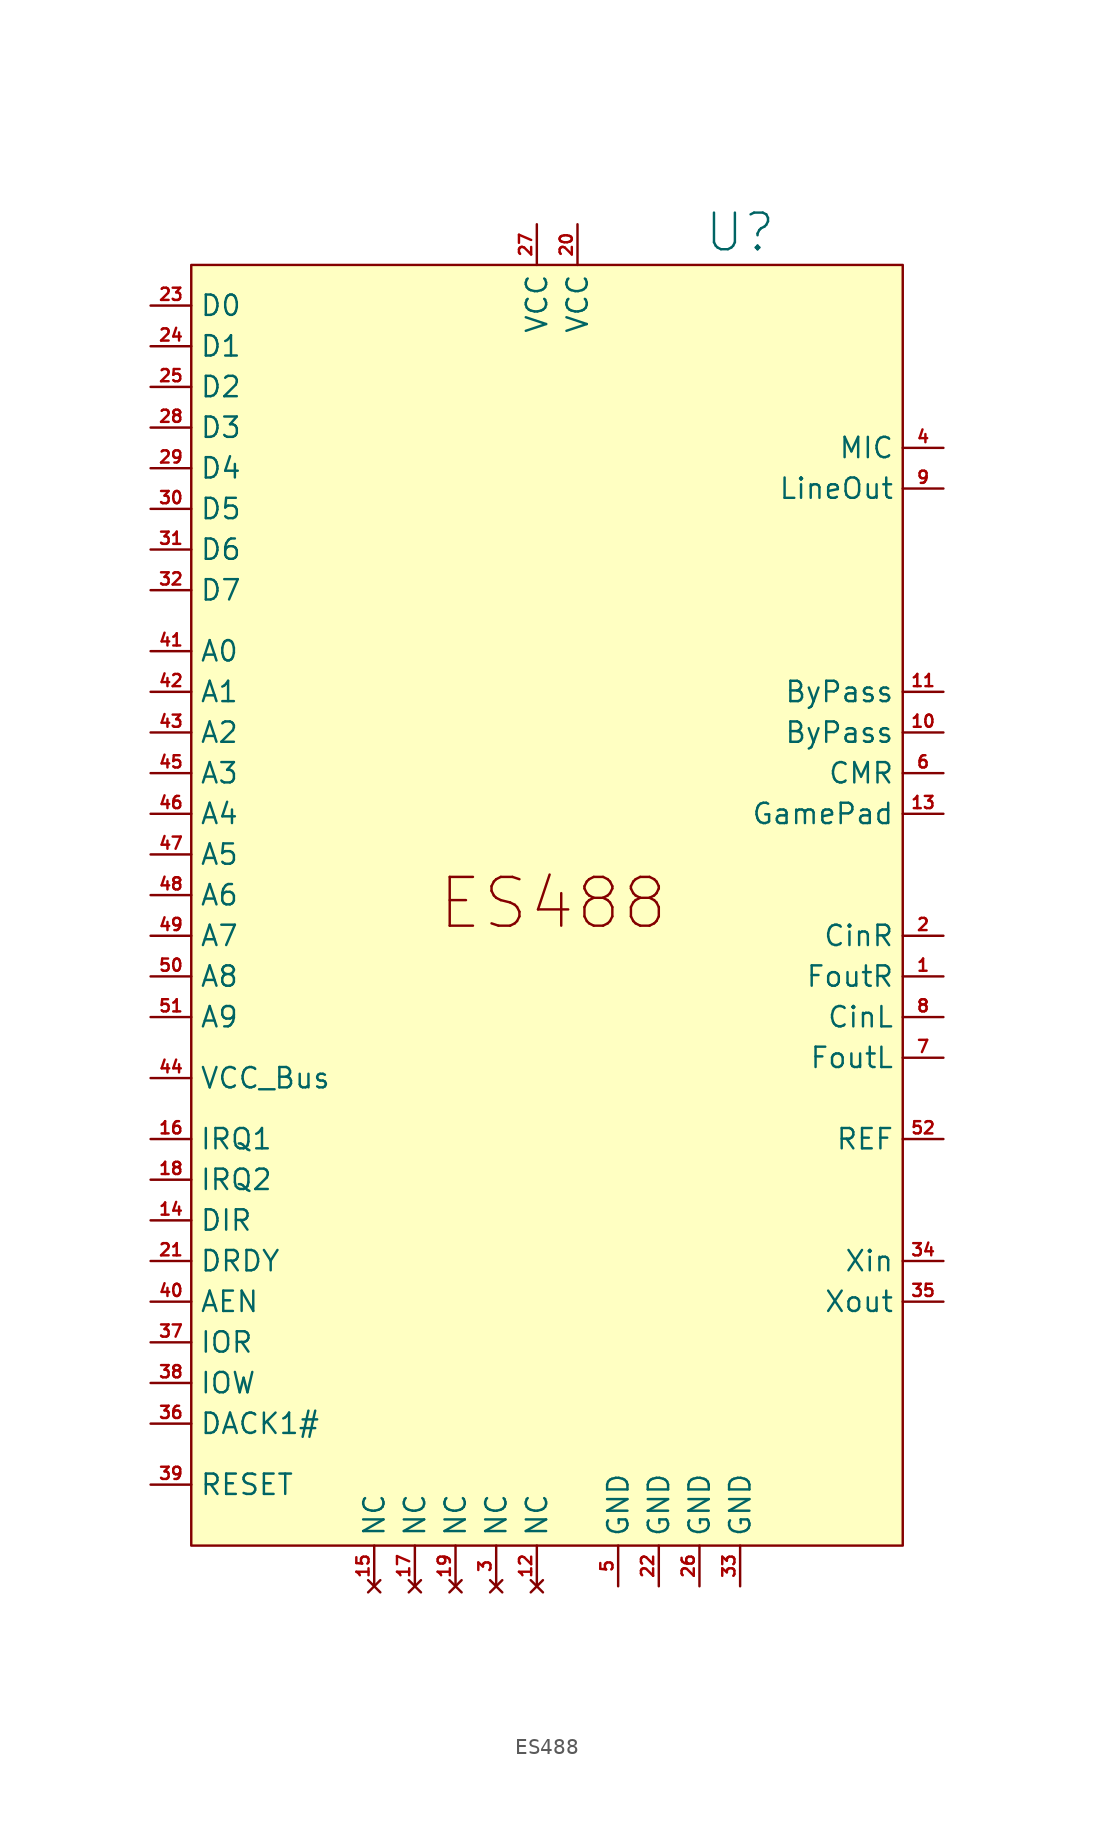
<source format=kicad_sym>
(kicad_symbol_lib
  (version 20241209)
  (generator "kicad_symbol_editor")
  (generator_version "9.0")
  (symbol "ES488"
    (property "Reference" "U"
      (at 11.43 41.402 0)
      (effects (font (size 2.286 2.286))))
    (property "Value" ""
      (at 0 0 0)
      (effects (font (size 1.27 1.27))))
    (symbol "ES488_1_1"
      (rectangle (start -22.86 39.37) (end 21.59 -40.64) (stroke (width 0) (type solid)) (fill (type color) (color 255 255 194 1)))
      (text "ES488" (at -0.254 -0.508 0) (effects (font (size 3.048 3.048))))
      (pin bidirectional line (at -25.4 36.83 0) (length 2.54) (name "D0" (effects (font (size 1.27 1.27)))) (number "23" (effects (font (size 0.762 0.762)))))
      (pin bidirectional line (at -25.4 34.29 0) (length 2.54) (name "D1" (effects (font (size 1.27 1.27)))) (number "24" (effects (font (size 0.762 0.762)))))
      (pin bidirectional line (at -25.4 31.75 0) (length 2.54) (name "D2" (effects (font (size 1.27 1.27)))) (number "25" (effects (font (size 0.762 0.762)))))
      (pin bidirectional line (at -25.4 29.21 0) (length 2.54) (name "D3" (effects (font (size 1.27 1.27)))) (number "28" (effects (font (size 0.762 0.762)))))
      (pin bidirectional line (at -25.4 26.67 0) (length 2.54) (name "D4" (effects (font (size 1.27 1.27)))) (number "29" (effects (font (size 0.762 0.762)))))
      (pin bidirectional line (at -25.4 24.13 0) (length 2.54) (name "D5" (effects (font (size 1.27 1.27)))) (number "30" (effects (font (size 0.762 0.762)))))
      (pin bidirectional line (at -25.4 21.59 0) (length 2.54) (name "D6" (effects (font (size 1.27 1.27)))) (number "31" (effects (font (size 0.762 0.762)))))
      (pin bidirectional line (at -25.4 19.05 0) (length 2.54) (name "D7" (effects (font (size 1.27 1.27)))) (number "32" (effects (font (size 0.762 0.762)))))
      (pin input line (at -25.4 15.24 0) (length 2.54) (name "A0" (effects (font (size 1.27 1.27)))) (number "41" (effects (font (size 0.762 0.762)))))
      (pin input line (at -25.4 12.7 0) (length 2.54) (name "A1" (effects (font (size 1.27 1.27)))) (number "42" (effects (font (size 0.762 0.762)))))
      (pin input line (at -25.4 10.16 0) (length 2.54) (name "A2" (effects (font (size 1.27 1.27)))) (number "43" (effects (font (size 0.762 0.762)))))
      (pin input line (at -25.4 7.62 0) (length 2.54) (name "A3" (effects (font (size 1.27 1.27)))) (number "45" (effects (font (size 0.762 0.762)))))
      (pin input line (at -25.4 5.08 0) (length 2.54) (name "A4" (effects (font (size 1.27 1.27)))) (number "46" (effects (font (size 0.762 0.762)))))
      (pin input line (at -25.4 2.54 0) (length 2.54) (name "A5" (effects (font (size 1.27 1.27)))) (number "47" (effects (font (size 0.762 0.762)))))
      (pin input line (at -25.4 0 0) (length 2.54) (name "A6" (effects (font (size 1.27 1.27)))) (number "48" (effects (font (size 0.762 0.762)))))
      (pin input line (at -25.4 -2.54 0) (length 2.54) (name "A7" (effects (font (size 1.27 1.27)))) (number "49" (effects (font (size 0.762 0.762)))))
      (pin input line (at -25.4 -5.08 0) (length 2.54) (name "A8" (effects (font (size 1.27 1.27)))) (number "50" (effects (font (size 0.762 0.762)))))
      (pin input line (at -25.4 -7.62 0) (length 2.54) (name "A9" (effects (font (size 1.27 1.27)))) (number "51" (effects (font (size 0.762 0.762)))))
      (pin power_in line (at -25.4 -11.43 0) (length 2.54) (name "VCC_Bus" (effects (font (size 1.27 1.27)))) (number "44" (effects (font (size 0.762 0.762)))))
      (pin output line (at -25.4 -15.24 0) (length 2.54) (name "IRQ1" (effects (font (size 1.27 1.27)))) (number "16" (effects (font (size 0.762 0.762)))))
      (pin output line (at -25.4 -17.78 0) (length 2.54) (name "IRQ2" (effects (font (size 1.27 1.27)))) (number "18" (effects (font (size 0.762 0.762)))))
      (pin output line (at -25.4 -20.32 0) (length 2.54) (name "DIR" (effects (font (size 1.27 1.27)))) (number "14" (effects (font (size 0.762 0.762)))))
      (pin output line (at -25.4 -22.86 0) (length 2.54) (name "DRDY" (effects (font (size 1.27 1.27)))) (number "21" (effects (font (size 0.762 0.762)))))
      (pin input line (at -25.4 -25.4 0) (length 2.54) (name "AEN" (effects (font (size 1.27 1.27)))) (number "40" (effects (font (size 0.762 0.762)))))
      (pin input line (at -25.4 -27.94 0) (length 2.54) (name "IOR" (effects (font (size 1.27 1.27)))) (number "37" (effects (font (size 0.762 0.762)))))
      (pin input line (at -25.4 -30.48 0) (length 2.54) (name "IOW" (effects (font (size 1.27 1.27)))) (number "38" (effects (font (size 0.762 0.762)))))
      (pin output line (at -25.4 -33.02 0) (length 2.54) (name "DACK1#" (effects (font (size 1.27 1.27)))) (number "36" (effects (font (size 0.762 0.762)))))
      (pin input line (at -25.4 -36.83 0) (length 2.54) (name "RESET" (effects (font (size 1.27 1.27)))) (number "39" (effects (font (size 0.762 0.762)))))
      (pin no_connect line (at -11.43 -43.18 90) (length 2.54) (name "NC" (effects (font (size 1.27 1.27)))) (number "15" (effects (font (size 0.762 0.762)))))
      (pin no_connect line (at -8.89 -43.18 90) (length 2.54) (name "NC" (effects (font (size 1.27 1.27)))) (number "17" (effects (font (size 0.762 0.762)))))
      (pin no_connect line (at -6.35 -43.18 90) (length 2.54) (name "NC" (effects (font (size 1.27 1.27)))) (number "19" (effects (font (size 0.762 0.762)))))
      (pin no_connect line (at -3.81 -43.18 90) (length 2.54) (name "NC" (effects (font (size 1.27 1.27)))) (number "3" (effects (font (size 0.762 0.762)))))
      (pin power_in line (at -1.27 41.91 270) (length 2.54) (name "VCC" (effects (font (size 1.27 1.27)))) (number "27" (effects (font (size 0.762 0.762)))))
      (pin no_connect line (at -1.27 -43.18 90) (length 2.54) (name "NC" (effects (font (size 1.27 1.27)))) (number "12" (effects (font (size 0.762 0.762)))))
      (pin power_in line (at 1.27 41.91 270) (length 2.54) (name "VCC" (effects (font (size 1.27 1.27)))) (number "20" (effects (font (size 0.762 0.762)))))
      (pin power_in line (at 3.81 -43.18 90) (length 2.54) (name "GND" (effects (font (size 1.27 1.27)))) (number "5" (effects (font (size 0.762 0.762)))))
      (pin power_in line (at 6.35 -43.18 90) (length 2.54) (name "GND" (effects (font (size 1.27 1.27)))) (number "22" (effects (font (size 0.762 0.762)))))
      (pin power_in line (at 8.89 -43.18 90) (length 2.54) (name "GND" (effects (font (size 1.27 1.27)))) (number "26" (effects (font (size 0.762 0.762)))))
      (pin power_in line (at 11.43 -43.18 90) (length 2.54) (name "GND" (effects (font (size 1.27 1.27)))) (number "33" (effects (font (size 0.762 0.762)))))
      (pin input line (at 24.13 27.94 180) (length 2.54) (name "MIC" (effects (font (size 1.27 1.27)))) (number "4" (effects (font (size 0.762 0.762)))))
      (pin output line (at 24.13 25.4 180) (length 2.54) (name "LineOut" (effects (font (size 1.27 1.27)))) (number "9" (effects (font (size 0.762 0.762)))))
      (pin input line (at 24.13 12.7 180) (length 2.54) (name "ByPass" (effects (font (size 1.27 1.27)))) (number "11" (effects (font (size 0.762 0.762)))))
      (pin input line (at 24.13 10.16 180) (length 2.54) (name "ByPass" (effects (font (size 1.27 1.27)))) (number "10" (effects (font (size 0.762 0.762)))))
      (pin input line (at 24.13 7.62 180) (length 2.54) (name "CMR" (effects (font (size 1.27 1.27)))) (number "6" (effects (font (size 0.762 0.762)))))
      (pin input line (at 24.13 5.08 180) (length 2.54) (name "GamePad" (effects (font (size 1.27 1.27)))) (number "13" (effects (font (size 0.762 0.762)))))
      (pin input line (at 24.13 -2.54 180) (length 2.54) (name "CinR" (effects (font (size 1.27 1.27)))) (number "2" (effects (font (size 0.762 0.762)))))
      (pin output line (at 24.13 -5.08 180) (length 2.54) (name "FoutR" (effects (font (size 1.27 1.27)))) (number "1" (effects (font (size 0.762 0.762)))))
      (pin input line (at 24.13 -7.62 180) (length 2.54) (name "CinL" (effects (font (size 1.27 1.27)))) (number "8" (effects (font (size 0.762 0.762)))))
      (pin output line (at 24.13 -10.16 180) (length 2.54) (name "FoutL" (effects (font (size 1.27 1.27)))) (number "7" (effects (font (size 0.762 0.762)))))
      (pin input line (at 24.13 -15.24 180) (length 2.54) (name "REF" (effects (font (size 1.27 1.27)))) (number "52" (effects (font (size 0.762 0.762)))))
      (pin input line (at 24.13 -22.86 180) (length 2.54) (name "Xin" (effects (font (size 1.27 1.27)))) (number "34" (effects (font (size 0.762 0.762)))))
      (pin output line (at 24.13 -25.4 180) (length 2.54) (name "Xout" (effects (font (size 1.27 1.27)))) (number "35" (effects (font (size 0.762 0.762))))))))
</source>
